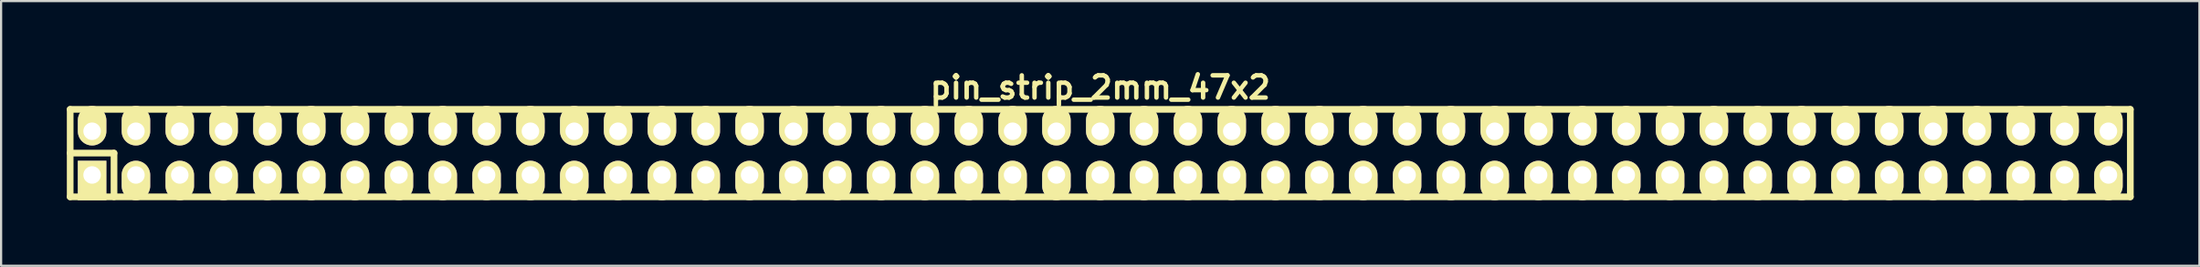
<source format=kicad_pcb>
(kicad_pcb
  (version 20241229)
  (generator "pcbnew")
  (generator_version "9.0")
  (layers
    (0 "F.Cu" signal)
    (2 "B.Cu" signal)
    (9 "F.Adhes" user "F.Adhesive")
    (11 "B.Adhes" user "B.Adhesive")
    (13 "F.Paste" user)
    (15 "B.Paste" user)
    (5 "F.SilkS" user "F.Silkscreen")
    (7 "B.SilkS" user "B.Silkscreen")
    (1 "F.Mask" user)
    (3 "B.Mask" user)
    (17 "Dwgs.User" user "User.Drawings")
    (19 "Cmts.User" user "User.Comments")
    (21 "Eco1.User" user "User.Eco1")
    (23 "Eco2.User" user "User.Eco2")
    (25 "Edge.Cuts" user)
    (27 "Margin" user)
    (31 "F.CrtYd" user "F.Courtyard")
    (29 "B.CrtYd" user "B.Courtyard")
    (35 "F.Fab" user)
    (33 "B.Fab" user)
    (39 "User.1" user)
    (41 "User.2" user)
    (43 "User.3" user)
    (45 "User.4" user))
  (footprint "pin_strip_2mm_47x2"
    (layer "F.Cu")
    (at 47.152 3.951)
    (property "Reference" "pin_strip_2mm_47x2" (at 0 -3 0) (layer "F.SilkS") (effects (font (size 1.016 1.016) (thickness 0.203))))
    (attr through_hole)
    (fp_line (start -47 -2) (end 47 -2) (stroke (width 0.305) (type solid)) (layer "F.SilkS"))
    (fp_line (start -47 0) (end -45 0) (stroke (width 0.305) (type solid)) (layer "F.SilkS"))
    (fp_line (start -47 2) (end -47 -2) (stroke (width 0.305) (type solid)) (layer "F.SilkS"))
    (fp_line (start -45 0) (end -45 2) (stroke (width 0.305) (type solid)) (layer "F.SilkS"))
    (fp_line (start 47 -2) (end 47 2) (stroke (width 0.305) (type solid)) (layer "F.SilkS"))
    (fp_line (start 47 2) (end -47 2) (stroke (width 0.305) (type solid)) (layer "F.SilkS"))
    (pad "1" thru_hole rect (at -46 1) (size 1.3 1.8) (drill 0.8 (offset 0 0.25)) (layers "*.Cu" "*.Mask" "F.SilkS"))
    (pad "2" thru_hole oval (at -46 -1) (size 1.3 1.8) (drill 0.8 (offset 0 -0.25)) (layers "*.Cu" "*.Mask" "F.SilkS"))
    (pad "3" thru_hole oval (at -44 1) (size 1.3 1.8) (drill 0.8 (offset 0 0.25)) (layers "*.Cu" "*.Mask" "F.SilkS"))
    (pad "4" thru_hole oval (at -44 -1) (size 1.3 1.8) (drill 0.8 (offset 0 -0.25)) (layers "*.Cu" "*.Mask" "F.SilkS"))
    (pad "5" thru_hole oval (at -42 1) (size 1.3 1.8) (drill 0.8 (offset 0 0.25)) (layers "*.Cu" "*.Mask" "F.SilkS"))
    (pad "6" thru_hole oval (at -42 -1) (size 1.3 1.8) (drill 0.8 (offset 0 -0.25)) (layers "*.Cu" "*.Mask" "F.SilkS"))
    (pad "7" thru_hole oval (at -40 1) (size 1.3 1.8) (drill 0.8 (offset 0 0.25)) (layers "*.Cu" "*.Mask" "F.SilkS"))
    (pad "8" thru_hole oval (at -40 -1) (size 1.3 1.8) (drill 0.8 (offset 0 -0.25)) (layers "*.Cu" "*.Mask" "F.SilkS"))
    (pad "9" thru_hole oval (at -38 1) (size 1.3 1.8) (drill 0.8 (offset 0 0.25)) (layers "*.Cu" "*.Mask" "F.SilkS"))
    (pad "10" thru_hole oval (at -38 -1) (size 1.3 1.8) (drill 0.8 (offset 0 -0.25)) (layers "*.Cu" "*.Mask" "F.SilkS"))
    (pad "11" thru_hole oval (at -36 1) (size 1.3 1.8) (drill 0.8 (offset 0 0.25)) (layers "*.Cu" "*.Mask" "F.SilkS"))
    (pad "12" thru_hole oval (at -36 -1) (size 1.3 1.8) (drill 0.8 (offset 0 -0.25)) (layers "*.Cu" "*.Mask" "F.SilkS"))
    (pad "13" thru_hole oval (at -34 1) (size 1.3 1.8) (drill 0.8 (offset 0 0.25)) (layers "*.Cu" "*.Mask" "F.SilkS"))
    (pad "14" thru_hole oval (at -34 -1) (size 1.3 1.8) (drill 0.8 (offset 0 -0.25)) (layers "*.Cu" "*.Mask" "F.SilkS"))
    (pad "15" thru_hole oval (at -32 1) (size 1.3 1.8) (drill 0.8 (offset 0 0.25)) (layers "*.Cu" "*.Mask" "F.SilkS"))
    (pad "16" thru_hole oval (at -32 -1) (size 1.3 1.8) (drill 0.8 (offset 0 -0.25)) (layers "*.Cu" "*.Mask" "F.SilkS"))
    (pad "17" thru_hole oval (at -30 1) (size 1.3 1.8) (drill 0.8 (offset 0 0.25)) (layers "*.Cu" "*.Mask" "F.SilkS"))
    (pad "18" thru_hole oval (at -30 -1) (size 1.3 1.8) (drill 0.8 (offset 0 -0.25)) (layers "*.Cu" "*.Mask" "F.SilkS"))
    (pad "19" thru_hole oval (at -28 1) (size 1.3 1.8) (drill 0.8 (offset 0 0.25)) (layers "*.Cu" "*.Mask" "F.SilkS"))
    (pad "20" thru_hole oval (at -28 -1) (size 1.3 1.8) (drill 0.8 (offset 0 -0.25)) (layers "*.Cu" "*.Mask" "F.SilkS"))
    (pad "21" thru_hole oval (at -26 1) (size 1.3 1.8) (drill 0.8 (offset 0 0.25)) (layers "*.Cu" "*.Mask" "F.SilkS"))
    (pad "22" thru_hole oval (at -26 -1) (size 1.3 1.8) (drill 0.8 (offset 0 -0.25)) (layers "*.Cu" "*.Mask" "F.SilkS"))
    (pad "23" thru_hole oval (at -24 1) (size 1.3 1.8) (drill 0.8 (offset 0 0.25)) (layers "*.Cu" "*.Mask" "F.SilkS"))
    (pad "24" thru_hole oval (at -24 -1) (size 1.3 1.8) (drill 0.8 (offset 0 -0.25)) (layers "*.Cu" "*.Mask" "F.SilkS"))
    (pad "25" thru_hole oval (at -22 1) (size 1.3 1.8) (drill 0.8 (offset 0 0.25)) (layers "*.Cu" "*.Mask" "F.SilkS"))
    (pad "26" thru_hole oval (at -22 -1) (size 1.3 1.8) (drill 0.8 (offset 0 -0.25)) (layers "*.Cu" "*.Mask" "F.SilkS"))
    (pad "27" thru_hole oval (at -20 1) (size 1.3 1.8) (drill 0.8 (offset 0 0.25)) (layers "*.Cu" "*.Mask" "F.SilkS"))
    (pad "28" thru_hole oval (at -20 -1) (size 1.3 1.8) (drill 0.8 (offset 0 -0.25)) (layers "*.Cu" "*.Mask" "F.SilkS"))
    (pad "29" thru_hole oval (at -18 1) (size 1.3 1.8) (drill 0.8 (offset 0 0.25)) (layers "*.Cu" "*.Mask" "F.SilkS"))
    (pad "30" thru_hole oval (at -18 -1) (size 1.3 1.8) (drill 0.8 (offset 0 -0.25)) (layers "*.Cu" "*.Mask" "F.SilkS"))
    (pad "31" thru_hole oval (at -16 1) (size 1.3 1.8) (drill 0.8 (offset 0 0.25)) (layers "*.Cu" "*.Mask" "F.SilkS"))
    (pad "32" thru_hole oval (at -16 -1) (size 1.3 1.8) (drill 0.8 (offset 0 -0.25)) (layers "*.Cu" "*.Mask" "F.SilkS"))
    (pad "33" thru_hole oval (at -14 1) (size 1.3 1.8) (drill 0.8 (offset 0 0.25)) (layers "*.Cu" "*.Mask" "F.SilkS"))
    (pad "34" thru_hole oval (at -14 -1) (size 1.3 1.8) (drill 0.8 (offset 0 -0.25)) (layers "*.Cu" "*.Mask" "F.SilkS"))
    (pad "35" thru_hole oval (at -12 1) (size 1.3 1.8) (drill 0.8 (offset 0 0.25)) (layers "*.Cu" "*.Mask" "F.SilkS"))
    (pad "36" thru_hole oval (at -12 -1) (size 1.3 1.8) (drill 0.8 (offset 0 -0.25)) (layers "*.Cu" "*.Mask" "F.SilkS"))
    (pad "37" thru_hole oval (at -10 1) (size 1.3 1.8) (drill 0.8 (offset 0 0.25)) (layers "*.Cu" "*.Mask" "F.SilkS"))
    (pad "38" thru_hole oval (at -10 -1) (size 1.3 1.8) (drill 0.8 (offset 0 -0.25)) (layers "*.Cu" "*.Mask" "F.SilkS"))
    (pad "39" thru_hole oval (at -8 1) (size 1.3 1.8) (drill 0.8 (offset 0 0.25)) (layers "*.Cu" "*.Mask" "F.SilkS"))
    (pad "40" thru_hole oval (at -8 -1) (size 1.3 1.8) (drill 0.8 (offset 0 -0.25)) (layers "*.Cu" "*.Mask" "F.SilkS"))
    (pad "41" thru_hole oval (at -6 1) (size 1.3 1.8) (drill 0.8 (offset 0 0.25)) (layers "*.Cu" "*.Mask" "F.SilkS"))
    (pad "42" thru_hole oval (at -6 -1) (size 1.3 1.8) (drill 0.8 (offset 0 -0.25)) (layers "*.Cu" "*.Mask" "F.SilkS"))
    (pad "43" thru_hole oval (at -4 1) (size 1.3 1.8) (drill 0.8 (offset 0 0.25)) (layers "*.Cu" "*.Mask" "F.SilkS"))
    (pad "44" thru_hole oval (at -4 -1) (size 1.3 1.8) (drill 0.8 (offset 0 -0.25)) (layers "*.Cu" "*.Mask" "F.SilkS"))
    (pad "45" thru_hole oval (at -2 1) (size 1.3 1.8) (drill 0.8 (offset 0 0.25)) (layers "*.Cu" "*.Mask" "F.SilkS"))
    (pad "46" thru_hole oval (at -2 -1) (size 1.3 1.8) (drill 0.8 (offset 0 -0.25)) (layers "*.Cu" "*.Mask" "F.SilkS"))
    (pad "47" thru_hole oval (at 0 1) (size 1.3 1.8) (drill 0.8 (offset 0 0.25)) (layers "*.Cu" "*.Mask" "F.SilkS"))
    (pad "48" thru_hole oval (at 0 -1) (size 1.3 1.8) (drill 0.8 (offset 0 -0.25)) (layers "*.Cu" "*.Mask" "F.SilkS"))
    (pad "49" thru_hole oval (at 2 1) (size 1.3 1.8) (drill 0.8 (offset 0 0.25)) (layers "*.Cu" "*.Mask" "F.SilkS"))
    (pad "50" thru_hole oval (at 2 -1) (size 1.3 1.8) (drill 0.8 (offset 0 -0.25)) (layers "*.Cu" "*.Mask" "F.SilkS"))
    (pad "51" thru_hole oval (at 4 1) (size 1.3 1.8) (drill 0.8 (offset 0 0.25)) (layers "*.Cu" "*.Mask" "F.SilkS"))
    (pad "52" thru_hole oval (at 4 -1) (size 1.3 1.8) (drill 0.8 (offset 0 -0.25)) (layers "*.Cu" "*.Mask" "F.SilkS"))
    (pad "53" thru_hole oval (at 6 1) (size 1.3 1.8) (drill 0.8 (offset 0 0.25)) (layers "*.Cu" "*.Mask" "F.SilkS"))
    (pad "54" thru_hole oval (at 6 -1) (size 1.3 1.8) (drill 0.8 (offset 0 -0.25)) (layers "*.Cu" "*.Mask" "F.SilkS"))
    (pad "55" thru_hole oval (at 8 1) (size 1.3 1.8) (drill 0.8 (offset 0 0.25)) (layers "*.Cu" "*.Mask" "F.SilkS"))
    (pad "56" thru_hole oval (at 8 -1) (size 1.3 1.8) (drill 0.8 (offset 0 -0.25)) (layers "*.Cu" "*.Mask" "F.SilkS"))
    (pad "57" thru_hole oval (at 10 1) (size 1.3 1.8) (drill 0.8 (offset 0 0.25)) (layers "*.Cu" "*.Mask" "F.SilkS"))
    (pad "58" thru_hole oval (at 10 -1) (size 1.3 1.8) (drill 0.8 (offset 0 -0.25)) (layers "*.Cu" "*.Mask" "F.SilkS"))
    (pad "59" thru_hole oval (at 12 1) (size 1.3 1.8) (drill 0.8 (offset 0 0.25)) (layers "*.Cu" "*.Mask" "F.SilkS"))
    (pad "60" thru_hole oval (at 12 -1) (size 1.3 1.8) (drill 0.8 (offset 0 -0.25)) (layers "*.Cu" "*.Mask" "F.SilkS"))
    (pad "61" thru_hole oval (at 14 1) (size 1.3 1.8) (drill 0.8 (offset 0 0.25)) (layers "*.Cu" "*.Mask" "F.SilkS"))
    (pad "62" thru_hole oval (at 14 -1) (size 1.3 1.8) (drill 0.8 (offset 0 -0.25)) (layers "*.Cu" "*.Mask" "F.SilkS"))
    (pad "63" thru_hole oval (at 16 1) (size 1.3 1.8) (drill 0.8 (offset 0 0.25)) (layers "*.Cu" "*.Mask" "F.SilkS"))
    (pad "64" thru_hole oval (at 16 -1) (size 1.3 1.8) (drill 0.8 (offset 0 -0.25)) (layers "*.Cu" "*.Mask" "F.SilkS"))
    (pad "65" thru_hole oval (at 18 1) (size 1.3 1.8) (drill 0.8 (offset 0 0.25)) (layers "*.Cu" "*.Mask" "F.SilkS"))
    (pad "66" thru_hole oval (at 18 -1) (size 1.3 1.8) (drill 0.8 (offset 0 -0.25)) (layers "*.Cu" "*.Mask" "F.SilkS"))
    (pad "67" thru_hole oval (at 20 1) (size 1.3 1.8) (drill 0.8 (offset 0 0.25)) (layers "*.Cu" "*.Mask" "F.SilkS"))
    (pad "68" thru_hole oval (at 20 -1) (size 1.3 1.8) (drill 0.8 (offset 0 -0.25)) (layers "*.Cu" "*.Mask" "F.SilkS"))
    (pad "69" thru_hole oval (at 22 1) (size 1.3 1.8) (drill 0.8 (offset 0 0.25)) (layers "*.Cu" "*.Mask" "F.SilkS"))
    (pad "70" thru_hole oval (at 22 -1) (size 1.3 1.8) (drill 0.8 (offset 0 -0.25)) (layers "*.Cu" "*.Mask" "F.SilkS"))
    (pad "71" thru_hole oval (at 24 1) (size 1.3 1.8) (drill 0.8 (offset 0 0.25)) (layers "*.Cu" "*.Mask" "F.SilkS"))
    (pad "72" thru_hole oval (at 24 -1) (size 1.3 1.8) (drill 0.8 (offset 0 -0.25)) (layers "*.Cu" "*.Mask" "F.SilkS"))
    (pad "73" thru_hole oval (at 26 1) (size 1.3 1.8) (drill 0.8 (offset 0 0.25)) (layers "*.Cu" "*.Mask" "F.SilkS"))
    (pad "74" thru_hole oval (at 26 -1) (size 1.3 1.8) (drill 0.8 (offset 0 -0.25)) (layers "*.Cu" "*.Mask" "F.SilkS"))
    (pad "75" thru_hole oval (at 28 1) (size 1.3 1.8) (drill 0.8 (offset 0 0.25)) (layers "*.Cu" "*.Mask" "F.SilkS"))
    (pad "76" thru_hole oval (at 28 -1) (size 1.3 1.8) (drill 0.8 (offset 0 -0.25)) (layers "*.Cu" "*.Mask" "F.SilkS"))
    (pad "77" thru_hole oval (at 30 1) (size 1.3 1.8) (drill 0.8 (offset 0 0.25)) (layers "*.Cu" "*.Mask" "F.SilkS"))
    (pad "78" thru_hole oval (at 30 -1) (size 1.3 1.8) (drill 0.8 (offset 0 -0.25)) (layers "*.Cu" "*.Mask" "F.SilkS"))
    (pad "79" thru_hole oval (at 32 1) (size 1.3 1.8) (drill 0.8 (offset 0 0.25)) (layers "*.Cu" "*.Mask" "F.SilkS"))
    (pad "80" thru_hole oval (at 32 -1) (size 1.3 1.8) (drill 0.8 (offset 0 -0.25)) (layers "*.Cu" "*.Mask" "F.SilkS"))
    (pad "81" thru_hole oval (at 34 1) (size 1.3 1.8) (drill 0.8 (offset 0 0.25)) (layers "*.Cu" "*.Mask" "F.SilkS"))
    (pad "82" thru_hole oval (at 34 -1) (size 1.3 1.8) (drill 0.8 (offset 0 -0.25)) (layers "*.Cu" "*.Mask" "F.SilkS"))
    (pad "83" thru_hole oval (at 36 1) (size 1.3 1.8) (drill 0.8 (offset 0 0.25)) (layers "*.Cu" "*.Mask" "F.SilkS"))
    (pad "84" thru_hole oval (at 36 -1) (size 1.3 1.8) (drill 0.8 (offset 0 -0.25)) (layers "*.Cu" "*.Mask" "F.SilkS"))
    (pad "85" thru_hole oval (at 38 1) (size 1.3 1.8) (drill 0.8 (offset 0 0.25)) (layers "*.Cu" "*.Mask" "F.SilkS"))
    (pad "86" thru_hole oval (at 38 -1) (size 1.3 1.8) (drill 0.8 (offset 0 -0.25)) (layers "*.Cu" "*.Mask" "F.SilkS"))
    (pad "87" thru_hole oval (at 40 1) (size 1.3 1.8) (drill 0.8 (offset 0 0.25)) (layers "*.Cu" "*.Mask" "F.SilkS"))
    (pad "88" thru_hole oval (at 40 -1) (size 1.3 1.8) (drill 0.8 (offset 0 -0.25)) (layers "*.Cu" "*.Mask" "F.SilkS"))
    (pad "89" thru_hole oval (at 42 1) (size 1.3 1.8) (drill 0.8 (offset 0 0.25)) (layers "*.Cu" "*.Mask" "F.SilkS"))
    (pad "90" thru_hole oval (at 42 -1) (size 1.3 1.8) (drill 0.8 (offset 0 -0.25)) (layers "*.Cu" "*.Mask" "F.SilkS"))
    (pad "91" thru_hole oval (at 44 1) (size 1.3 1.8) (drill 0.8 (offset 0 0.25)) (layers "*.Cu" "*.Mask" "F.SilkS"))
    (pad "92" thru_hole oval (at 44 -1) (size 1.3 1.8) (drill 0.8 (offset 0 -0.25)) (layers "*.Cu" "*.Mask" "F.SilkS"))
    (pad "93" thru_hole oval (at 46 1) (size 1.3 1.8) (drill 0.8 (offset 0 0.25)) (layers "*.Cu" "*.Mask" "F.SilkS"))
    (pad "94" thru_hole oval (at 46 -1) (size 1.3 1.8) (drill 0.8 (offset 0 -0.25)) (layers "*.Cu" "*.Mask" "F.SilkS")))
  (gr_rect
    (start -3 -3)
    (end 97.305 9.103)
    (stroke (width 0.1) (type default))
    (fill no)
    (layer "Edge.Cuts")))
</source>
